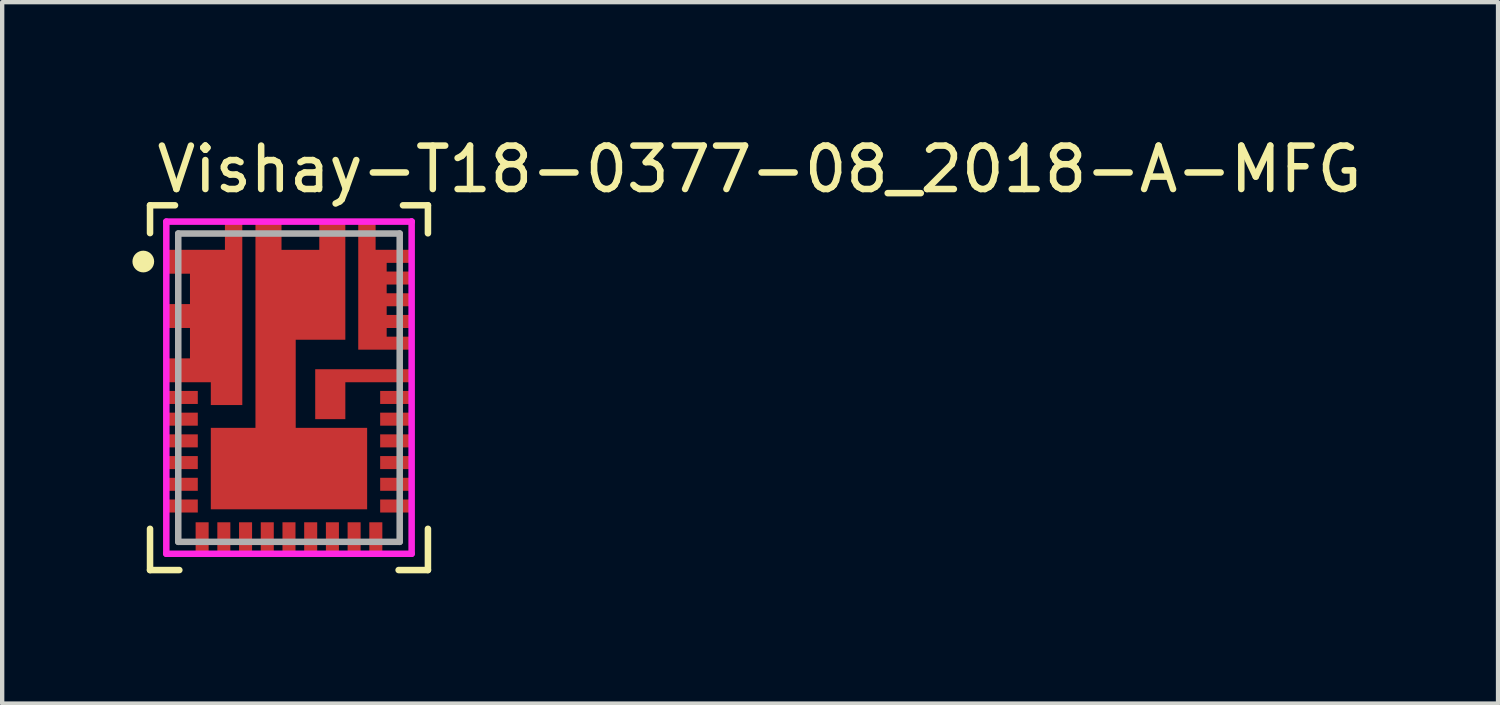
<source format=kicad_pcb>
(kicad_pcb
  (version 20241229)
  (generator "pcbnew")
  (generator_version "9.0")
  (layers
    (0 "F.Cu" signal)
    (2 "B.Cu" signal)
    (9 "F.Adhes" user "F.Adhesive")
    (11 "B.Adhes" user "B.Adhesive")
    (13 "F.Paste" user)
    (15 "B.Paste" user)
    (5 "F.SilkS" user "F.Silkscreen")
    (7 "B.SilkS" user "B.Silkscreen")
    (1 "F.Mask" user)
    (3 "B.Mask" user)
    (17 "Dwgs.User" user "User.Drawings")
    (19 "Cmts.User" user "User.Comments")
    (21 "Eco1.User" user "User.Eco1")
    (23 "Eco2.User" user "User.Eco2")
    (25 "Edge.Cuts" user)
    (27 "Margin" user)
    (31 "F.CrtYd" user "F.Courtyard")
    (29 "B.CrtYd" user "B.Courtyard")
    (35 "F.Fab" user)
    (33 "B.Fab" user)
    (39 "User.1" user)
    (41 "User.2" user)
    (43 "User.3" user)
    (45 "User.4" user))
  (footprint "Vishay-T18-0377-08_2018-A-MFG"
    (layer "F.Cu")
    (at 3.605 5.878)
    (property "Reference" "Vishay-T18-0377-08_2018-A-MFG" (at -3.12 -5.03 0) (layer "F.SilkS") (effects (font (size 1 1) (thickness 0.15)) (justify left)))
    (attr through_hole)
    (fp_line (start -3.2 -4.2) (end -2.625 -4.2) (stroke (width 0.15) (type solid)) (layer "F.SilkS"))
    (fp_line (start -3.2 -3.56) (end -3.2 -4.2) (stroke (width 0.15) (type solid)) (layer "F.SilkS"))
    (fp_line (start -3.2 4.2) (end -3.2 3.25) (stroke (width 0.15) (type solid)) (layer "F.SilkS"))
    (fp_line (start -3.2 4.2) (end -2.525 4.2) (stroke (width 0.15) (type solid)) (layer "F.SilkS"))
    (fp_line (start 2.525 4.2) (end 3.2 4.2) (stroke (width 0.15) (type solid)) (layer "F.SilkS"))
    (fp_line (start 2.625 -4.2) (end 3.2 -4.2) (stroke (width 0.15) (type solid)) (layer "F.SilkS"))
    (fp_line (start 3.2 -3.555) (end 3.2 -4.2) (stroke (width 0.15) (type solid)) (layer "F.SilkS"))
    (fp_line (start 3.2 4.2) (end 3.2 3.25) (stroke (width 0.15) (type solid)) (layer "F.SilkS"))
    (fp_circle (center -3.355 -2.905) (end -3.23 -2.905) (stroke (width 0.25) (type solid)) (fill no) (layer "F.SilkS"))
    (fp_line (start -2.825 -3.825) (end -2.825 3.825) (stroke (width 0.15) (type solid)) (layer "F.CrtYd"))
    (fp_line (start -2.825 3.825) (end 2.825 3.825) (stroke (width 0.15) (type solid)) (layer "F.CrtYd"))
    (fp_line (start 2.825 -3.825) (end -2.825 -3.825) (stroke (width 0.15) (type solid)) (layer "F.CrtYd"))
    (fp_line (start 2.825 -3.825) (end 2.825 -3.825) (stroke (width 0.15) (type solid)) (layer "F.CrtYd"))
    (fp_line (start 2.825 3.825) (end 2.825 -3.825) (stroke (width 0.15) (type solid)) (layer "F.CrtYd"))
    (fp_line (start -2.55 -3.55) (end 2.55 -3.55) (stroke (width 0.15) (type solid)) (layer "F.Fab"))
    (fp_line (start -2.55 3.55) (end -2.55 -3.55) (stroke (width 0.15) (type solid)) (layer "F.Fab"))
    (fp_line (start 2.55 -3.55) (end 2.55 3.55) (stroke (width 0.15) (type solid)) (layer "F.Fab"))
    (fp_line (start 2.55 3.55) (end -2.55 3.55) (stroke (width 0.15) (type solid)) (layer "F.Fab"))
    (pad "1-2-3-34" smd custom (at -2.54 -1.65) (size 0.5 0.5) (layers "F.Cu" "F.Mask" "F.Paste") (options (anchor circle)) (primitives (gr_poly (pts (xy -0.26 1.525) (xy 0.74 1.525) (xy 0.74 2.05) (xy 1.465 2.05) (xy 1.465 -2.15) (xy 1.065 -2.15) (xy 1.065 -1.525) (xy -0.26 -1.525) (xy -0.26 -0.975) (xy 0.26 -0.975) (xy 0.26 -0.275) (xy -0.26 -0.275) (xy -0.26 0.275) (xy 0.26 0.275) (xy 0.26 0.975) (xy -0.26 0.975) (xy -0.26 1.525)) (width 0) (fill yes))))
    (pad "4" smd rect (at -2.45 0.225) (size 0.7 0.3) (layers "F.Cu" "F.Mask" "F.Paste"))
    (pad "5" smd rect (at -2.45 0.725) (size 0.7 0.3) (layers "F.Cu" "F.Mask" "F.Paste"))
    (pad "6" smd rect (at -2.45 1.225) (size 0.7 0.3) (layers "F.Cu" "F.Mask" "F.Paste"))
    (pad "7" smd rect (at -2.45 1.725) (size 0.7 0.3) (layers "F.Cu" "F.Mask" "F.Paste"))
    (pad "8" smd rect (at -2.45 2.225) (size 0.7 0.3) (layers "F.Cu" "F.Mask" "F.Paste"))
    (pad "9" smd rect (at -2.45 2.725) (size 0.7 0.3) (layers "F.Cu" "F.Mask" "F.Paste"))
    (pad "10" smd rect (at -2 3.45) (size 0.3 0.7) (layers "F.Cu" "F.Mask" "F.Paste"))
    (pad "11" smd rect (at -1.5 3.45) (size 0.3 0.7) (layers "F.Cu" "F.Mask" "F.Paste"))
    (pad "12" smd rect (at -1 3.45) (size 0.3 0.7) (layers "F.Cu" "F.Mask" "F.Paste"))
    (pad "13" smd rect (at -0.5 3.45) (size 0.3 0.7) (layers "F.Cu" "F.Mask" "F.Paste"))
    (pad "14" smd rect (at 0 3.45) (size 0.3 0.7) (layers "F.Cu" "F.Mask" "F.Paste"))
    (pad "15" smd rect (at 0.5 3.45) (size 0.3 0.7) (layers "F.Cu" "F.Mask" "F.Paste"))
    (pad "16" smd rect (at 1 3.45) (size 0.3 0.7) (layers "F.Cu" "F.Mask" "F.Paste"))
    (pad "17" smd rect (at 1.5 3.45) (size 0.3 0.7) (layers "F.Cu" "F.Mask" "F.Paste"))
    (pad "18" smd rect (at 2 3.45) (size 0.3 0.7) (layers "F.Cu" "F.Mask" "F.Paste"))
    (pad "19" smd rect (at 2.45 2.725) (size 0.7 0.3) (layers "F.Cu" "F.Mask" "F.Paste"))
    (pad "20" smd rect (at 2.45 2.225) (size 0.7 0.3) (layers "F.Cu" "F.Mask" "F.Paste"))
    (pad "21" smd rect (at 2.45 1.725) (size 0.7 0.3) (layers "F.Cu" "F.Mask" "F.Paste"))
    (pad "22" smd rect (at 2.45 1.225) (size 0.7 0.3) (layers "F.Cu" "F.Mask" "F.Paste"))
    (pad "23" smd rect (at 2.45 0.725) (size 0.7 0.3) (layers "F.Cu" "F.Mask" "F.Paste"))
    (pad "24" smd rect (at 2.45 0.225) (size 0.7 0.3) (layers "F.Cu" "F.Mask" "F.Paste"))
    (pad "25" smd custom (at 0.951 0.15) (size 0.5 0.5) (layers "F.Cu" "F.Mask" "F.Paste") (options (anchor circle)) (primitives (gr_poly (pts (xy 1.849 -0.425) (xy 1.849 -0.575) (xy -0.347 -0.575) (xy -0.347 0.575) (xy 0.347 0.575) (xy 0.347 -0.275) (xy 1.849 -0.275) (xy 1.849 -0.425)) (width 0) (fill yes))))
    (pad "26-27-28-29-30-31" smd custom (at 2.525 -1.525) (size 0.2 0.2) (layers "F.Cu" "F.Mask" "F.Paste") (options (anchor circle)) (primitives (gr_poly (pts (xy 0.275 0.5) (xy 0.275 0.35) (xy -0.275 0.35) (xy -0.275 0.15) (xy 0.275 0.15) (xy 0.275 -0.15) (xy -0.275 -0.15) (xy -0.275 -0.35) (xy 0.275 -0.35) (xy 0.275 -0.65) (xy -0.275 -0.65) (xy -0.275 -0.85) (xy 0.275 -0.85) (xy 0.275 -1.15) (xy -0.275 -1.15) (xy -0.275 -1.35) (xy 0.275 -1.35) (xy 0.275 -1.65) (xy -0.53 -1.65) (xy -0.53 -2.275) (xy -0.93 -2.275) (xy -0.93 0.65) (xy 0.272 0.65) (xy 0.275 0.5)) (width 0) (fill yes))))
    (pad "32-33" smd custom (at 0 1.863) (size 0.5 0.5) (layers "F.Cu" "F.Mask" "F.Paste") (options (anchor circle)) (primitives (gr_poly (pts (xy -1.8 0.938) (xy 1.8 0.938) (xy 1.8 -0.938) (xy 0.155 -0.938) (xy 0.155 -2.967) (xy 1.298 -2.967) (xy 1.298 -5.662) (xy 0.698 -5.662) (xy 0.698 -5.037) (xy -0.172 -5.037) (xy -0.172 -5.662) (xy -0.772 -5.662) (xy -0.772 -0.938) (xy -1.8 -0.938) (xy -1.8 0.938)) (width 0) (fill yes)))))
  (gr_rect
    (start -3 -3)
    (end 31.449 13.153)
    (stroke (width 0.1) (type default))
    (fill no)
    (layer "Edge.Cuts")))
</source>
